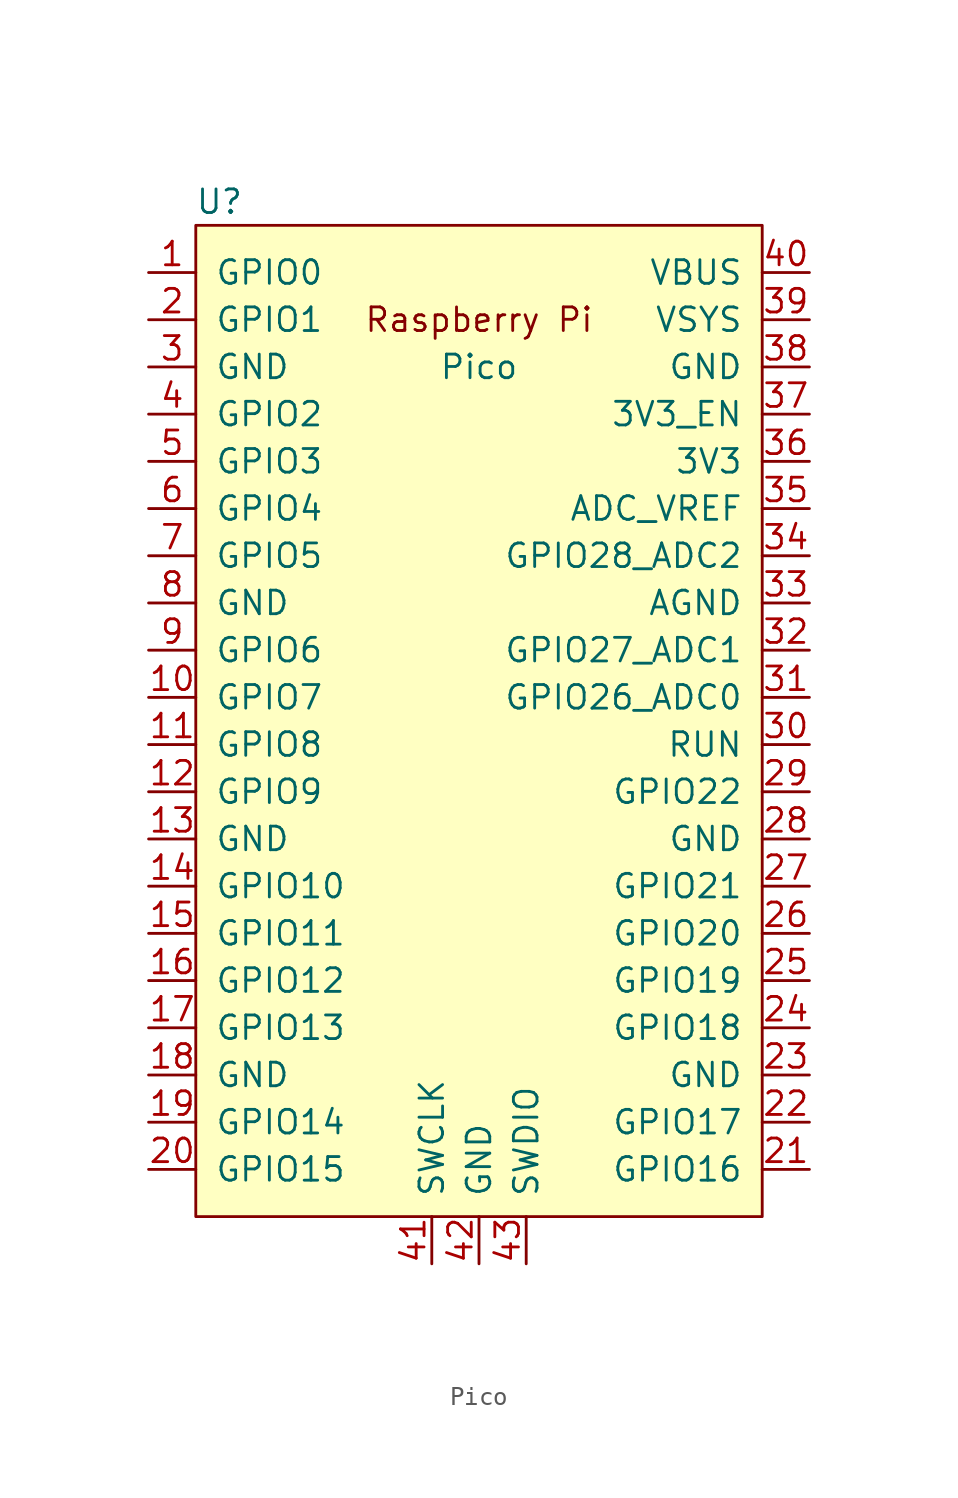
<source format=kicad_sym>
(kicad_symbol_lib
  (version 20201005)
  (generator kicad_symbol_editor)
  (symbol "symbols:Pico"
    (pin_names
      (offset 1.016))
    (property "Reference" "U"
      (at -13.97 27.94 0)
      (effects (font (size 1.27 1.27))))
    (property "Value" "Pico"
      (at 0 19.05 0)
      (effects (font (size 1.27 1.27))))
    (symbol "Pico_0_0"
      (text "Raspberry Pi" (at 0 21.59 0) (effects (font (size 1.27 1.27)))))
    (symbol "Pico_0_1"
      (rectangle (start -15.24 26.67) (end 15.24 -26.67) (stroke (width 0)) (fill (type background))))
    (symbol "Pico_1_1"
      (pin bidirectional line (at -17.78 24.13 0) (length 2.54) (name "GPIO0" (effects (font (size 1.27 1.27)))) (number "1" (effects (font (size 1.27 1.27)))))
      (pin bidirectional line (at -17.78 1.27 0) (length 2.54) (name "GPIO7" (effects (font (size 1.27 1.27)))) (number "10" (effects (font (size 1.27 1.27)))))
      (pin bidirectional line (at -17.78 -1.27 0) (length 2.54) (name "GPIO8" (effects (font (size 1.27 1.27)))) (number "11" (effects (font (size 1.27 1.27)))))
      (pin bidirectional line (at -17.78 -3.81 0) (length 2.54) (name "GPIO9" (effects (font (size 1.27 1.27)))) (number "12" (effects (font (size 1.27 1.27)))))
      (pin power_in line (at -17.78 -6.35 0) (length 2.54) (name "GND" (effects (font (size 1.27 1.27)))) (number "13" (effects (font (size 1.27 1.27)))))
      (pin bidirectional line (at -17.78 -8.89 0) (length 2.54) (name "GPIO10" (effects (font (size 1.27 1.27)))) (number "14" (effects (font (size 1.27 1.27)))))
      (pin bidirectional line (at -17.78 -11.43 0) (length 2.54) (name "GPIO11" (effects (font (size 1.27 1.27)))) (number "15" (effects (font (size 1.27 1.27)))))
      (pin bidirectional line (at -17.78 -13.97 0) (length 2.54) (name "GPIO12" (effects (font (size 1.27 1.27)))) (number "16" (effects (font (size 1.27 1.27)))))
      (pin bidirectional line (at -17.78 -16.51 0) (length 2.54) (name "GPIO13" (effects (font (size 1.27 1.27)))) (number "17" (effects (font (size 1.27 1.27)))))
      (pin power_in line (at -17.78 -19.05 0) (length 2.54) (name "GND" (effects (font (size 1.27 1.27)))) (number "18" (effects (font (size 1.27 1.27)))))
      (pin bidirectional line (at -17.78 -21.59 0) (length 2.54) (name "GPIO14" (effects (font (size 1.27 1.27)))) (number "19" (effects (font (size 1.27 1.27)))))
      (pin bidirectional line (at -17.78 21.59 0) (length 2.54) (name "GPIO1" (effects (font (size 1.27 1.27)))) (number "2" (effects (font (size 1.27 1.27)))))
      (pin bidirectional line (at -17.78 -24.13 0) (length 2.54) (name "GPIO15" (effects (font (size 1.27 1.27)))) (number "20" (effects (font (size 1.27 1.27)))))
      (pin bidirectional line (at 17.78 -24.13 180) (length 2.54) (name "GPIO16" (effects (font (size 1.27 1.27)))) (number "21" (effects (font (size 1.27 1.27)))))
      (pin bidirectional line (at 17.78 -21.59 180) (length 2.54) (name "GPIO17" (effects (font (size 1.27 1.27)))) (number "22" (effects (font (size 1.27 1.27)))))
      (pin power_in line (at 17.78 -19.05 180) (length 2.54) (name "GND" (effects (font (size 1.27 1.27)))) (number "23" (effects (font (size 1.27 1.27)))))
      (pin bidirectional line (at 17.78 -16.51 180) (length 2.54) (name "GPIO18" (effects (font (size 1.27 1.27)))) (number "24" (effects (font (size 1.27 1.27)))))
      (pin bidirectional line (at 17.78 -13.97 180) (length 2.54) (name "GPIO19" (effects (font (size 1.27 1.27)))) (number "25" (effects (font (size 1.27 1.27)))))
      (pin bidirectional line (at 17.78 -11.43 180) (length 2.54) (name "GPIO20" (effects (font (size 1.27 1.27)))) (number "26" (effects (font (size 1.27 1.27)))))
      (pin bidirectional line (at 17.78 -8.89 180) (length 2.54) (name "GPIO21" (effects (font (size 1.27 1.27)))) (number "27" (effects (font (size 1.27 1.27)))))
      (pin power_in line (at 17.78 -6.35 180) (length 2.54) (name "GND" (effects (font (size 1.27 1.27)))) (number "28" (effects (font (size 1.27 1.27)))))
      (pin bidirectional line (at 17.78 -3.81 180) (length 2.54) (name "GPIO22" (effects (font (size 1.27 1.27)))) (number "29" (effects (font (size 1.27 1.27)))))
      (pin power_in line (at -17.78 19.05 0) (length 2.54) (name "GND" (effects (font (size 1.27 1.27)))) (number "3" (effects (font (size 1.27 1.27)))))
      (pin input line (at 17.78 -1.27 180) (length 2.54) (name "RUN" (effects (font (size 1.27 1.27)))) (number "30" (effects (font (size 1.27 1.27)))))
      (pin bidirectional line (at 17.78 1.27 180) (length 2.54) (name "GPIO26_ADC0" (effects (font (size 1.27 1.27)))) (number "31" (effects (font (size 1.27 1.27)))))
      (pin bidirectional line (at 17.78 3.81 180) (length 2.54) (name "GPIO27_ADC1" (effects (font (size 1.27 1.27)))) (number "32" (effects (font (size 1.27 1.27)))))
      (pin power_in line (at 17.78 6.35 180) (length 2.54) (name "AGND" (effects (font (size 1.27 1.27)))) (number "33" (effects (font (size 1.27 1.27)))))
      (pin bidirectional line (at 17.78 8.89 180) (length 2.54) (name "GPIO28_ADC2" (effects (font (size 1.27 1.27)))) (number "34" (effects (font (size 1.27 1.27)))))
      (pin unspecified line (at 17.78 11.43 180) (length 2.54) (name "ADC_VREF" (effects (font (size 1.27 1.27)))) (number "35" (effects (font (size 1.27 1.27)))))
      (pin unspecified line (at 17.78 13.97 180) (length 2.54) (name "3V3" (effects (font (size 1.27 1.27)))) (number "36" (effects (font (size 1.27 1.27)))))
      (pin input line (at 17.78 16.51 180) (length 2.54) (name "3V3_EN" (effects (font (size 1.27 1.27)))) (number "37" (effects (font (size 1.27 1.27)))))
      (pin bidirectional line (at 17.78 19.05 180) (length 2.54) (name "GND" (effects (font (size 1.27 1.27)))) (number "38" (effects (font (size 1.27 1.27)))))
      (pin unspecified line (at 17.78 21.59 180) (length 2.54) (name "VSYS" (effects (font (size 1.27 1.27)))) (number "39" (effects (font (size 1.27 1.27)))))
      (pin bidirectional line (at -17.78 16.51 0) (length 2.54) (name "GPIO2" (effects (font (size 1.27 1.27)))) (number "4" (effects (font (size 1.27 1.27)))))
      (pin unspecified line (at 17.78 24.13 180) (length 2.54) (name "VBUS" (effects (font (size 1.27 1.27)))) (number "40" (effects (font (size 1.27 1.27)))))
      (pin input line (at -2.54 -29.21 90) (length 2.54) (name "SWCLK" (effects (font (size 1.27 1.27)))) (number "41" (effects (font (size 1.27 1.27)))))
      (pin power_in line (at 0 -29.21 90) (length 2.54) (name "GND" (effects (font (size 1.27 1.27)))) (number "42" (effects (font (size 1.27 1.27)))))
      (pin bidirectional line (at 2.54 -29.21 90) (length 2.54) (name "SWDIO" (effects (font (size 1.27 1.27)))) (number "43" (effects (font (size 1.27 1.27)))))
      (pin bidirectional line (at -17.78 13.97 0) (length 2.54) (name "GPIO3" (effects (font (size 1.27 1.27)))) (number "5" (effects (font (size 1.27 1.27)))))
      (pin bidirectional line (at -17.78 11.43 0) (length 2.54) (name "GPIO4" (effects (font (size 1.27 1.27)))) (number "6" (effects (font (size 1.27 1.27)))))
      (pin bidirectional line (at -17.78 8.89 0) (length 2.54) (name "GPIO5" (effects (font (size 1.27 1.27)))) (number "7" (effects (font (size 1.27 1.27)))))
      (pin power_in line (at -17.78 6.35 0) (length 2.54) (name "GND" (effects (font (size 1.27 1.27)))) (number "8" (effects (font (size 1.27 1.27)))))
      (pin bidirectional line (at -17.78 3.81 0) (length 2.54) (name "GPIO6" (effects (font (size 1.27 1.27)))) (number "9" (effects (font (size 1.27 1.27))))))))
</source>
